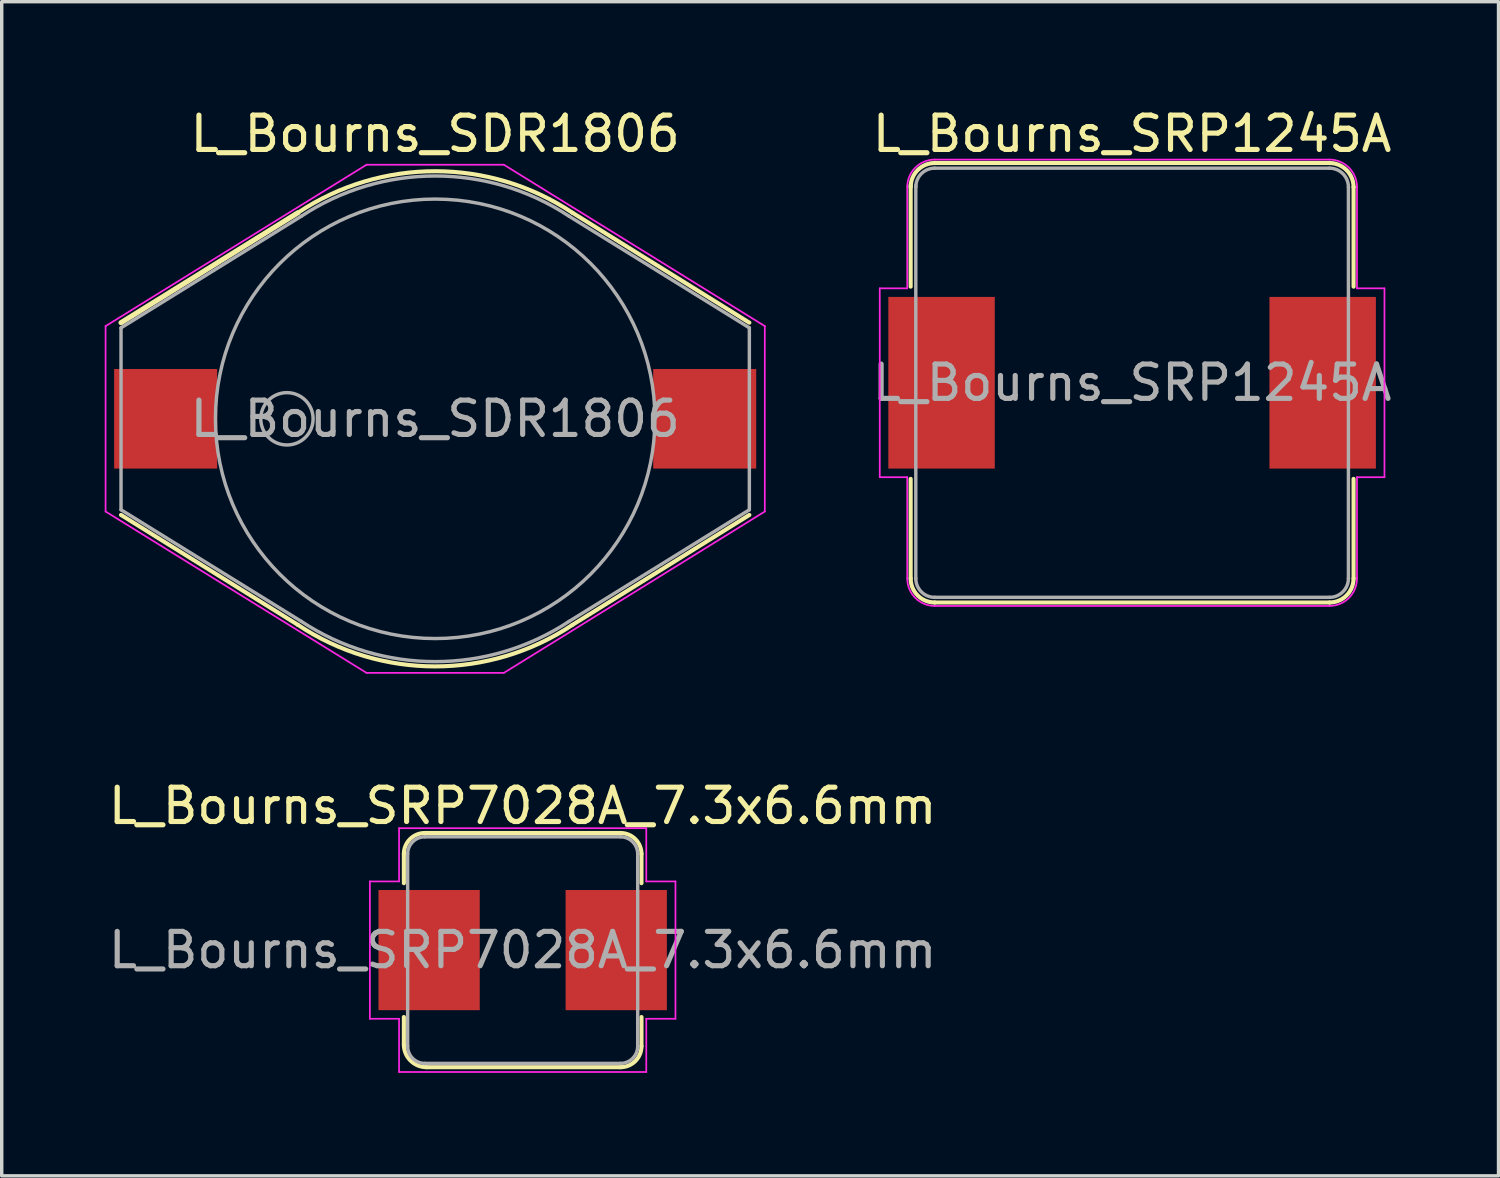
<source format=kicad_pcb>
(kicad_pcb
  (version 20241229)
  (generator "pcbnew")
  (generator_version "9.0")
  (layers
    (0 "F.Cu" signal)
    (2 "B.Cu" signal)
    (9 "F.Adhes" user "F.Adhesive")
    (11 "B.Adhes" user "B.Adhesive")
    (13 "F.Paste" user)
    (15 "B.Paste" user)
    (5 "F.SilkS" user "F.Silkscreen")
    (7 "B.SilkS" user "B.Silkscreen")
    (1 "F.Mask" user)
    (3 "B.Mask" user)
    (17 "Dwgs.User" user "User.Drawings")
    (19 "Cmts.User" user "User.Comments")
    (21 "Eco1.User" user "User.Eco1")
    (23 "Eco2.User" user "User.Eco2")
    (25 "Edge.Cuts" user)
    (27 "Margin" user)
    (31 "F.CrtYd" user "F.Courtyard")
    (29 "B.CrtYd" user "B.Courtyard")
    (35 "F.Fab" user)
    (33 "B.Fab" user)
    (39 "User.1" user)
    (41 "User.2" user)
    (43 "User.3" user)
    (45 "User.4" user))
  (footprint "L_Bourns_SDR1806"
    (layer "F.Cu")
    (at 9.625 9.148)
    (property "Reference" "L_Bourns_SDR1806" (at 0 -8.3 0) (layer "F.SilkS") (effects (font (size 1 1) (thickness 0.15))))
    (attr smd)
    (fp_line (start -9.15 -2.8) (end -4 -6) (stroke (width 0.15) (type solid)) (layer "F.SilkS"))
    (fp_line (start -4 6) (end -9.15 2.8) (stroke (width 0.12) (type solid)) (layer "F.SilkS"))
    (fp_line (start 4 -6) (end 9.15 -2.8) (stroke (width 0.12) (type solid)) (layer "F.SilkS"))
    (fp_line (start 9.15 2.8) (end 4 6) (stroke (width 0.12) (type solid)) (layer "F.SilkS"))
    (fp_arc (start -3.991604 -6.005589) (mid 0.005043 -7.211101) (end 4 -6) (stroke (width 0.12) (type solid)) (layer "F.SilkS"))
    (fp_arc (start 3.991604 6.005589) (mid -0.005043 7.211101) (end -4 6) (stroke (width 0.12) (type solid)) (layer "F.SilkS"))
    (fp_line (start -9.6 2.7) (end -9.6 -2.7) (stroke (width 0.05) (type solid)) (layer "F.CrtYd"))
    (fp_line (start -9.6 2.7) (end -2 7.4) (stroke (width 0.05) (type solid)) (layer "F.CrtYd"))
    (fp_line (start -2 -7.4) (end -9.6 -2.7) (stroke (width 0.05) (type solid)) (layer "F.CrtYd"))
    (fp_line (start -2 -7.4) (end 2 -7.4) (stroke (width 0.05) (type solid)) (layer "F.CrtYd"))
    (fp_line (start 2 7.4) (end -2 7.4) (stroke (width 0.05) (type solid)) (layer "F.CrtYd"))
    (fp_line (start 2 7.4) (end 9.6 2.7) (stroke (width 0.05) (type solid)) (layer "F.CrtYd"))
    (fp_line (start 9.6 -2.7) (end 2 -7.4) (stroke (width 0.05) (type solid)) (layer "F.CrtYd"))
    (fp_line (start 9.6 -2.7) (end 9.6 2.7) (stroke (width 0.05) (type solid)) (layer "F.CrtYd"))
    (fp_line (start -9.15 -2.65) (end -9.15 2.65) (stroke (width 0.1) (type solid)) (layer "F.Fab"))
    (fp_line (start -9.15 -2.65) (end -3.9 -5.9) (stroke (width 0.1) (type solid)) (layer "F.Fab"))
    (fp_line (start -3.9 5.9) (end -9.15 2.65) (stroke (width 0.1) (type solid)) (layer "F.Fab"))
    (fp_line (start 3.9 -5.9) (end 9.15 -2.65) (stroke (width 0.1) (type solid)) (layer "F.Fab"))
    (fp_line (start 9.15 2.65) (end 3.9 5.9) (stroke (width 0.1) (type solid)) (layer "F.Fab"))
    (fp_line (start 9.15 2.65) (end 9.15 -2.65) (stroke (width 0.1) (type solid)) (layer "F.Fab"))
    (fp_arc (start -3.896832 -5.902093) (mid 0.001898 -7.072482) (end 3.9 -5.9) (stroke (width 0.1) (type solid)) (layer "F.Fab"))
    (fp_arc (start 3.896832 5.902093) (mid -0.001898 7.072482) (end -3.9 5.9) (stroke (width 0.1) (type solid)) (layer "F.Fab"))
    (fp_circle (center -4.318 0) (end -4.318 -0.762) (stroke (width 0.1) (type solid)) (fill no) (layer "F.Fab"))
    (fp_circle (center 0 0) (end 0 -6.4) (stroke (width 0.1) (type solid)) (fill no) (layer "F.Fab"))
    (fp_text user "${REFERENCE}" (at 0 0 0) (layer "F.Fab") (effects (font (size 1 1) (thickness 0.15))))
    (pad "1" smd rect (at -7.85 0) (size 3 2.9) (layers "F.Cu" "F.Mask" "F.Paste"))
    (pad "2" smd rect (at 7.85 0 180) (size 3 2.9) (layers "F.Cu" "F.Mask" "F.Paste")))
  (footprint "L_Bourns_SRP7028A_7.3x6.6mm"
    (layer "F.Cu")
    (at 12.173 24.622)
    (property "Reference" "L_Bourns_SRP7028A_7.3x6.6mm" (at 0 -4.2 0) (layer "F.SilkS") (effects (font (size 1 1) (thickness 0.15))))
    (attr smd)
    (fp_line (start -3.46 -1.95) (end -3.46 -2.8) (stroke (width 0.12) (type solid)) (layer "F.SilkS"))
    (fp_line (start -3.46 2.75) (end -3.46 1.95) (stroke (width 0.12) (type solid)) (layer "F.SilkS"))
    (fp_line (start -2.85 -3.41) (end 2.85 -3.41) (stroke (width 0.12) (type solid)) (layer "F.SilkS"))
    (fp_line (start 2.85 3.41) (end -2.8 3.41) (stroke (width 0.12) (type solid)) (layer "F.SilkS"))
    (fp_line (start 3.46 -2.8) (end 3.46 -1.95) (stroke (width 0.12) (type solid)) (layer "F.SilkS"))
    (fp_line (start 3.46 1.95) (end 3.46 2.8) (stroke (width 0.12) (type solid)) (layer "F.SilkS"))
    (fp_arc (start -3.46 -2.8) (mid -3.281335 -3.231335) (end -2.85 -3.41) (stroke (width 0.12) (type solid)) (layer "F.SilkS"))
    (fp_arc (start -2.8 3.41) (mid -3.26669 3.21669) (end -3.46 2.75) (stroke (width 0.12) (type solid)) (layer "F.SilkS"))
    (fp_arc (start 2.85 -3.41) (mid 3.281335 -3.231335) (end 3.46 -2.8) (stroke (width 0.12) (type solid)) (layer "F.SilkS"))
    (fp_arc (start 3.46 2.8) (mid 3.281335 3.231335) (end 2.85 3.41) (stroke (width 0.12) (type solid)) (layer "F.SilkS"))
    (fp_line (start -4.45 -2) (end -3.6 -2) (stroke (width 0.05) (type solid)) (layer "F.CrtYd"))
    (fp_line (start -4.45 2) (end -4.45 -2) (stroke (width 0.05) (type solid)) (layer "F.CrtYd"))
    (fp_line (start -3.6 -3.55) (end 3.6 -3.55) (stroke (width 0.05) (type solid)) (layer "F.CrtYd"))
    (fp_line (start -3.6 -2) (end -3.6 -3.55) (stroke (width 0.05) (type solid)) (layer "F.CrtYd"))
    (fp_line (start -3.6 2) (end -4.45 2) (stroke (width 0.05) (type solid)) (layer "F.CrtYd"))
    (fp_line (start -3.6 3.55) (end -3.6 2) (stroke (width 0.05) (type solid)) (layer "F.CrtYd"))
    (fp_line (start 3.6 -3.55) (end 3.6 -2) (stroke (width 0.05) (type solid)) (layer "F.CrtYd"))
    (fp_line (start 3.6 -2) (end 4.45 -2) (stroke (width 0.05) (type solid)) (layer "F.CrtYd"))
    (fp_line (start 3.6 2) (end 3.6 3.55) (stroke (width 0.05) (type solid)) (layer "F.CrtYd"))
    (fp_line (start 3.6 3.55) (end -3.6 3.55) (stroke (width 0.05) (type solid)) (layer "F.CrtYd"))
    (fp_line (start 4.45 -2) (end 4.45 2) (stroke (width 0.05) (type solid)) (layer "F.CrtYd"))
    (fp_line (start 4.45 2) (end 3.6 2) (stroke (width 0.05) (type solid)) (layer "F.CrtYd"))
    (fp_line (start -3.35 2.8) (end -3.35 -2.8) (stroke (width 0.1) (type solid)) (layer "F.Fab"))
    (fp_line (start -2.85 -3.3) (end 2.85 -3.3) (stroke (width 0.1) (type solid)) (layer "F.Fab"))
    (fp_line (start 2.85 3.3) (end -2.85 3.3) (stroke (width 0.1) (type solid)) (layer "F.Fab"))
    (fp_line (start 3.35 -2.8) (end 3.35 2.8) (stroke (width 0.1) (type solid)) (layer "F.Fab"))
    (fp_arc (start -3.35 -2.8) (mid -3.203553 -3.153553) (end -2.85 -3.3) (stroke (width 0.1) (type solid)) (layer "F.Fab"))
    (fp_arc (start -2.85 3.3) (mid -3.203553 3.153553) (end -3.35 2.8) (stroke (width 0.1) (type solid)) (layer "F.Fab"))
    (fp_arc (start 2.85 -3.3) (mid 3.203553 -3.153553) (end 3.35 -2.8) (stroke (width 0.1) (type solid)) (layer "F.Fab"))
    (fp_arc (start 3.35 2.8) (mid 3.203553 3.153553) (end 2.85 3.3) (stroke (width 0.1) (type solid)) (layer "F.Fab"))
    (fp_text user "${REFERENCE}" (at 0 0 0) (layer "F.Fab") (effects (font (size 1 1) (thickness 0.15))))
    (pad "1" smd rect (at -2.725 0) (size 2.95 3.5) (layers "F.Cu" "F.Mask" "F.Paste"))
    (pad "2" smd rect (at 2.725 0) (size 2.95 3.5) (layers "F.Cu" "F.Mask" "F.Paste")))
  (footprint "L_Bourns_SRP1245A"
    (layer "F.Cu")
    (at 29.923 8.098)
    (property "Reference" "L_Bourns_SRP1245A" (at 0 -7.25 0) (layer "F.SilkS") (effects (font (size 1 1) (thickness 0.15))))
    (attr smd)
    (fp_line (start -6.45 -5.75) (end -6.45 -2.8) (stroke (width 0.12) (type solid)) (layer "F.SilkS"))
    (fp_line (start -6.45 2.8) (end -6.45 5.7) (stroke (width 0.12) (type solid)) (layer "F.SilkS"))
    (fp_line (start -5.75 -6.4) (end 5.75 -6.4) (stroke (width 0.12) (type solid)) (layer "F.SilkS"))
    (fp_line (start 5.75 6.4) (end -5.75 6.4) (stroke (width 0.12) (type solid)) (layer "F.SilkS"))
    (fp_line (start 6.45 -5.7) (end 6.45 -2.8) (stroke (width 0.12) (type solid)) (layer "F.SilkS"))
    (fp_line (start 6.45 2.8) (end 6.45 5.7) (stroke (width 0.12) (type solid)) (layer "F.SilkS"))
    (fp_arc (start -6.45 -5.7) (mid -6.244975 -6.194975) (end -5.75 -6.4) (stroke (width 0.12) (type solid)) (layer "F.SilkS"))
    (fp_arc (start -5.75 6.4) (mid -6.244975 6.194975) (end -6.45 5.7) (stroke (width 0.12) (type solid)) (layer "F.SilkS"))
    (fp_arc (start 5.75 -6.4) (mid 6.244975 -6.194975) (end 6.45 -5.7) (stroke (width 0.12) (type solid)) (layer "F.SilkS"))
    (fp_arc (start 6.45 5.7) (mid 6.244975 6.194975) (end 5.75 6.4) (stroke (width 0.12) (type solid)) (layer "F.SilkS"))
    (fp_line (start -7.35 -2.75) (end -6.55 -2.75) (stroke (width 0.05) (type solid)) (layer "F.CrtYd"))
    (fp_line (start -7.35 2.75) (end -7.35 -2.75) (stroke (width 0.05) (type solid)) (layer "F.CrtYd"))
    (fp_line (start -7.35 2.75) (end -6.55 2.75) (stroke (width 0.05) (type solid)) (layer "F.CrtYd"))
    (fp_line (start -6.55 -2.75) (end -6.55 -5.7) (stroke (width 0.05) (type solid)) (layer "F.CrtYd"))
    (fp_line (start -6.55 5.7) (end -6.55 2.75) (stroke (width 0.05) (type solid)) (layer "F.CrtYd"))
    (fp_line (start -5.75 -6.5) (end 5.75 -6.5) (stroke (width 0.05) (type solid)) (layer "F.CrtYd"))
    (fp_line (start 5.75 6.5) (end -5.75 6.5) (stroke (width 0.05) (type solid)) (layer "F.CrtYd"))
    (fp_line (start 6.55 -5.7) (end 6.55 -2.75) (stroke (width 0.05) (type solid)) (layer "F.CrtYd"))
    (fp_line (start 6.55 2.75) (end 6.55 5.7) (stroke (width 0.05) (type solid)) (layer "F.CrtYd"))
    (fp_line (start 7.35 -2.75) (end 6.55 -2.75) (stroke (width 0.05) (type solid)) (layer "F.CrtYd"))
    (fp_line (start 7.35 -2.75) (end 7.35 2.75) (stroke (width 0.05) (type solid)) (layer "F.CrtYd"))
    (fp_line (start 7.35 2.75) (end 6.55 2.75) (stroke (width 0.05) (type solid)) (layer "F.CrtYd"))
    (fp_arc (start -6.55 -5.7) (mid -6.315685 -6.265685) (end -5.75 -6.5) (stroke (width 0.05) (type solid)) (layer "F.CrtYd"))
    (fp_arc (start -5.75 6.5) (mid -6.315685 6.265685) (end -6.55 5.7) (stroke (width 0.05) (type solid)) (layer "F.CrtYd"))
    (fp_arc (start 5.75 -6.5) (mid 6.315685 -6.265685) (end 6.55 -5.7) (stroke (width 0.05) (type solid)) (layer "F.CrtYd"))
    (fp_arc (start 6.55 5.7) (mid 6.315685 6.265685) (end 5.75 6.5) (stroke (width 0.05) (type solid)) (layer "F.CrtYd"))
    (fp_line (start -6.3 -5.75) (end -6.3 5.7) (stroke (width 0.1) (type solid)) (layer "F.Fab"))
    (fp_line (start -5.75 -6.25) (end 5.75 -6.25) (stroke (width 0.1) (type solid)) (layer "F.Fab"))
    (fp_line (start 5.75 6.25) (end -5.75 6.25) (stroke (width 0.1) (type solid)) (layer "F.Fab"))
    (fp_line (start 6.3 -5.7) (end 6.3 5.7) (stroke (width 0.1) (type solid)) (layer "F.Fab"))
    (fp_arc (start -6.3 -5.7) (mid -6.138909 -6.088909) (end -5.75 -6.25) (stroke (width 0.1) (type solid)) (layer "F.Fab"))
    (fp_arc (start -5.75 6.25) (mid -6.138909 6.088909) (end -6.3 5.7) (stroke (width 0.1) (type solid)) (layer "F.Fab"))
    (fp_arc (start 5.75 -6.25) (mid 6.138909 -6.088909) (end 6.3 -5.7) (stroke (width 0.1) (type solid)) (layer "F.Fab"))
    (fp_arc (start 6.3 5.7) (mid 6.138909 6.088909) (end 5.75 6.25) (stroke (width 0.1) (type solid)) (layer "F.Fab"))
    (fp_text user "${REFERENCE}" (at 0 0 0) (layer "F.Fab") (effects (font (size 1 1) (thickness 0.15))))
    (pad "1" smd rect (at -5.55 0) (size 3.1 5) (layers "F.Cu" "F.Mask" "F.Paste"))
    (pad "2" smd rect (at 5.55 0) (size 3.1 5) (layers "F.Cu" "F.Mask" "F.Paste")))
  (gr_rect
    (start -3 -3)
    (end 40.595 31.197)
    (stroke (width 0.1) (type default))
    (fill no)
    (layer "Edge.Cuts")))
</source>
